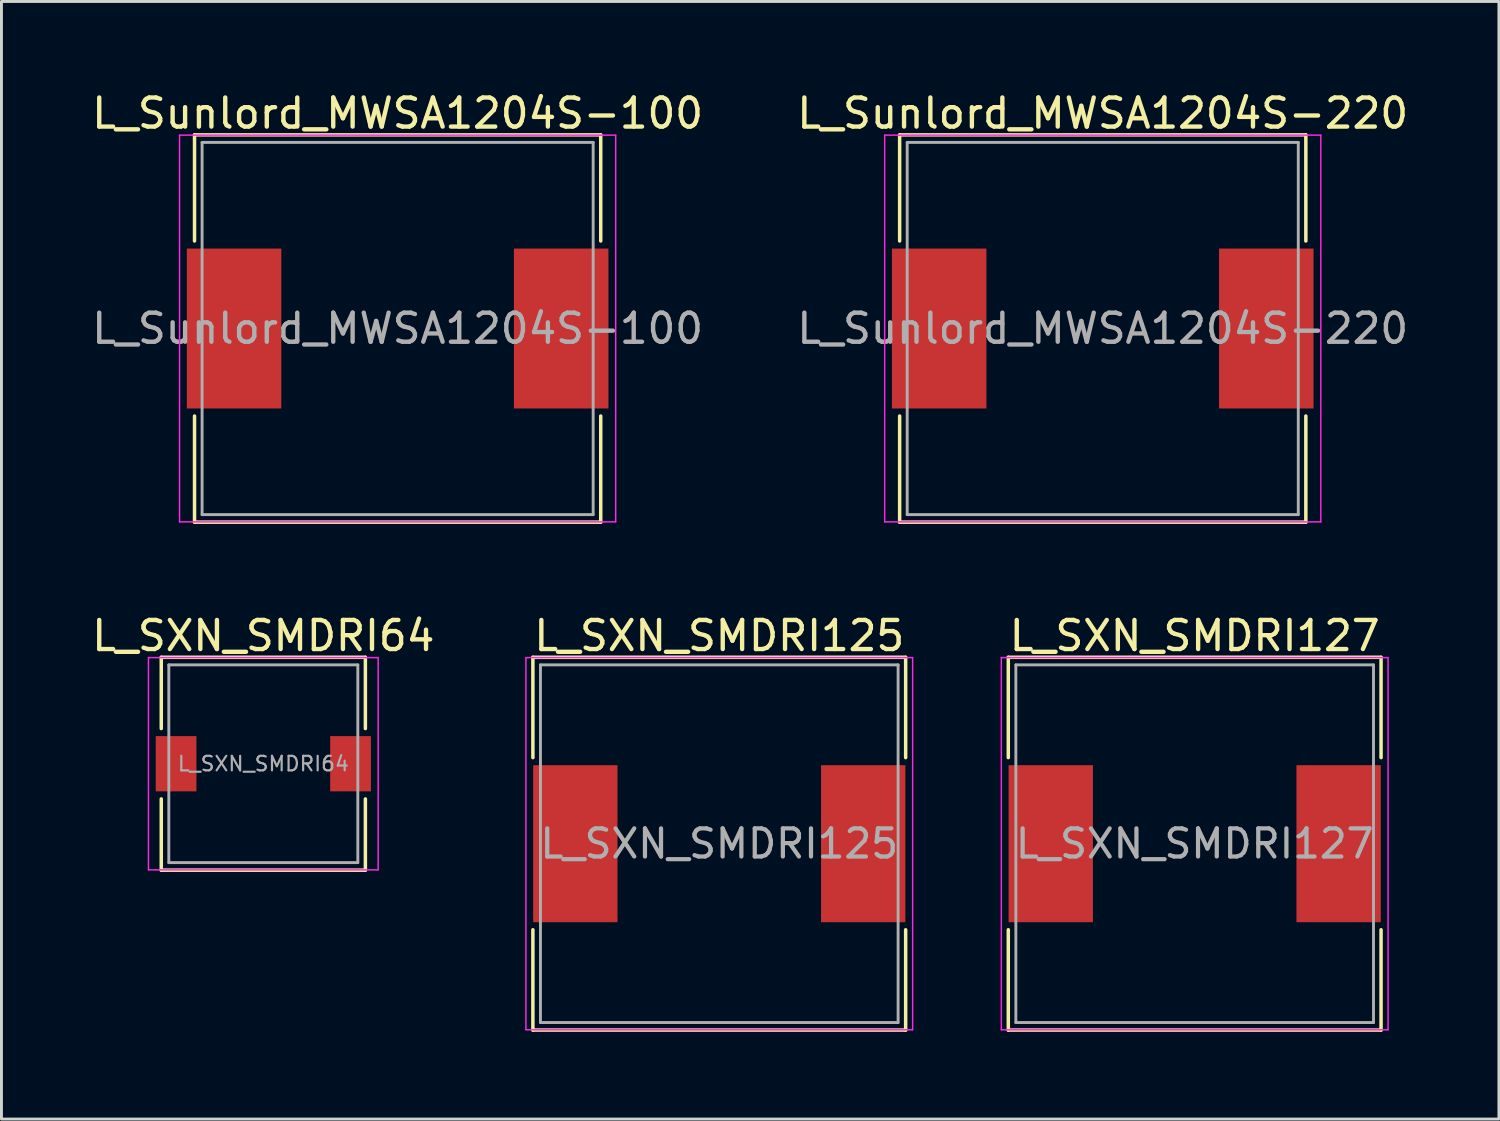
<source format=kicad_pcb>
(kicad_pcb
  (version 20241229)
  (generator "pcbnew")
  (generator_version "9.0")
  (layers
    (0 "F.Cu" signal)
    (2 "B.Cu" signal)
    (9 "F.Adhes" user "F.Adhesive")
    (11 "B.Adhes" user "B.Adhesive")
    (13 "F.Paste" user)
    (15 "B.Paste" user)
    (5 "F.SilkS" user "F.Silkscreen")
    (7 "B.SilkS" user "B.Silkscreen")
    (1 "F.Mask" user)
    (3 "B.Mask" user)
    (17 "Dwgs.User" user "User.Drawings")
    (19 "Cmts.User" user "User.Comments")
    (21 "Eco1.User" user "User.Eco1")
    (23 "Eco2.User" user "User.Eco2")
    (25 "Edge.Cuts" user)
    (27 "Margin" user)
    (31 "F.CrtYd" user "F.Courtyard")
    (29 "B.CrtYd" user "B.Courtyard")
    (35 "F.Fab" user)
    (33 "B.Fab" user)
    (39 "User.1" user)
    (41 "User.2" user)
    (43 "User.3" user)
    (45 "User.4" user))
  (footprint "L_SXN_SMDRI127"
    (layer "F.Cu")
    (at 38.037 25.966)
    (property "Reference" "L_SXN_SMDRI127" (at 0 -7.15 0) (layer "F.SilkS") (effects (font (size 1 1) (thickness 0.15))))
    (attr smd)
    (fp_line (start -6.41 -6.41) (end -6.41 -2.96) (stroke (width 0.12) (type solid)) (layer "F.SilkS"))
    (fp_line (start -6.41 -6.41) (end 6.41 -6.41) (stroke (width 0.12) (type solid)) (layer "F.SilkS"))
    (fp_line (start -6.41 6.41) (end -6.41 2.96) (stroke (width 0.12) (type solid)) (layer "F.SilkS"))
    (fp_line (start -6.41 6.41) (end 6.41 6.41) (stroke (width 0.12) (type solid)) (layer "F.SilkS"))
    (fp_line (start 6.41 -6.41) (end 6.41 -2.96) (stroke (width 0.12) (type solid)) (layer "F.SilkS"))
    (fp_line (start 6.41 6.41) (end 6.41 2.96) (stroke (width 0.12) (type solid)) (layer "F.SilkS"))
    (fp_line (start -6.65 -6.4) (end -6.65 6.4) (stroke (width 0.05) (type solid)) (layer "F.CrtYd"))
    (fp_line (start -6.65 6.4) (end 6.65 6.4) (stroke (width 0.05) (type solid)) (layer "F.CrtYd"))
    (fp_line (start 6.65 -6.4) (end -6.65 -6.4) (stroke (width 0.05) (type solid)) (layer "F.CrtYd"))
    (fp_line (start 6.65 6.4) (end 6.65 -6.4) (stroke (width 0.05) (type solid)) (layer "F.CrtYd"))
    (fp_line (start -6.15 -6.15) (end -6.15 6.15) (stroke (width 0.1) (type solid)) (layer "F.Fab"))
    (fp_line (start -6.15 6.15) (end 6.15 6.15) (stroke (width 0.1) (type solid)) (layer "F.Fab"))
    (fp_line (start 6.15 -6.15) (end -6.15 -6.15) (stroke (width 0.1) (type solid)) (layer "F.Fab"))
    (fp_line (start 6.15 6.15) (end 6.15 -6.15) (stroke (width 0.1) (type solid)) (layer "F.Fab"))
    (fp_text user "${REFERENCE}" (at 0 0 0) (layer "F.Fab") (effects (font (size 0.967 0.967) (thickness 0.145))))
    (pad "1" smd rect (at -4.95 0) (size 2.9 5.4) (layers "F.Cu" "F.Mask" "F.Paste"))
    (pad "2" smd rect (at 4.95 0) (size 2.9 5.4) (layers "F.Cu" "F.Mask" "F.Paste")))
  (footprint "L_Sunlord_MWSA1204S-220"
    (layer "F.Cu")
    (at 34.875 8.248)
    (property "Reference" "L_Sunlord_MWSA1204S-220" (at 0 -7.4 0) (layer "F.SilkS") (effects (font (size 1 1) (thickness 0.15))))
    (attr smd)
    (fp_line (start -6.985 -6.66) (end -6.985 -3.01) (stroke (width 0.12) (type solid)) (layer "F.SilkS"))
    (fp_line (start -6.985 -6.66) (end 6.985 -6.66) (stroke (width 0.12) (type solid)) (layer "F.SilkS"))
    (fp_line (start -6.985 6.66) (end -6.985 3.01) (stroke (width 0.12) (type solid)) (layer "F.SilkS"))
    (fp_line (start -6.985 6.66) (end 6.985 6.66) (stroke (width 0.12) (type solid)) (layer "F.SilkS"))
    (fp_line (start 6.985 -6.66) (end 6.985 -3.01) (stroke (width 0.12) (type solid)) (layer "F.SilkS"))
    (fp_line (start 6.985 6.66) (end 6.985 3.01) (stroke (width 0.12) (type solid)) (layer "F.SilkS"))
    (fp_line (start -7.5 -6.65) (end -7.5 6.65) (stroke (width 0.05) (type solid)) (layer "F.CrtYd"))
    (fp_line (start -7.5 6.65) (end 7.5 6.65) (stroke (width 0.05) (type solid)) (layer "F.CrtYd"))
    (fp_line (start 7.5 -6.65) (end -7.5 -6.65) (stroke (width 0.05) (type solid)) (layer "F.CrtYd"))
    (fp_line (start 7.5 6.65) (end 7.5 -6.65) (stroke (width 0.05) (type solid)) (layer "F.CrtYd"))
    (fp_line (start -6.725 -6.4) (end -6.725 6.4) (stroke (width 0.1) (type solid)) (layer "F.Fab"))
    (fp_line (start -6.725 6.4) (end 6.725 6.4) (stroke (width 0.1) (type solid)) (layer "F.Fab"))
    (fp_line (start 6.725 -6.4) (end -6.725 -6.4) (stroke (width 0.1) (type solid)) (layer "F.Fab"))
    (fp_line (start 6.725 6.4) (end 6.725 -6.4) (stroke (width 0.1) (type solid)) (layer "F.Fab"))
    (fp_text user "${REFERENCE}" (at 0 0 0) (layer "F.Fab") (effects (font (size 1 1) (thickness 0.15))))
    (pad "1" smd rect (at -5.625 0) (size 3.25 5.5) (layers "F.Cu" "F.Mask" "F.Paste"))
    (pad "2" smd rect (at 5.625 0) (size 3.25 5.5) (layers "F.Cu" "F.Mask" "F.Paste")))
  (footprint "L_SXN_SMDRI64"
    (layer "F.Cu")
    (at 6.006 23.216)
    (property "Reference" "L_SXN_SMDRI64" (at 0 -4.4 0) (layer "F.SilkS") (effects (font (size 1 1) (thickness 0.15))))
    (attr smd)
    (fp_line (start -3.51 -3.66) (end -3.51 -1.21) (stroke (width 0.12) (type solid)) (layer "F.SilkS"))
    (fp_line (start -3.51 -3.66) (end 3.51 -3.66) (stroke (width 0.12) (type solid)) (layer "F.SilkS"))
    (fp_line (start -3.51 3.66) (end -3.51 1.21) (stroke (width 0.12) (type solid)) (layer "F.SilkS"))
    (fp_line (start -3.51 3.66) (end 3.51 3.66) (stroke (width 0.12) (type solid)) (layer "F.SilkS"))
    (fp_line (start 3.51 -3.66) (end 3.51 -1.21) (stroke (width 0.12) (type solid)) (layer "F.SilkS"))
    (fp_line (start 3.51 3.66) (end 3.51 1.21) (stroke (width 0.12) (type solid)) (layer "F.SilkS"))
    (fp_line (start -3.95 -3.65) (end -3.95 3.65) (stroke (width 0.05) (type solid)) (layer "F.CrtYd"))
    (fp_line (start -3.95 3.65) (end 3.95 3.65) (stroke (width 0.05) (type solid)) (layer "F.CrtYd"))
    (fp_line (start 3.95 -3.65) (end -3.95 -3.65) (stroke (width 0.05) (type solid)) (layer "F.CrtYd"))
    (fp_line (start 3.95 3.65) (end 3.95 -3.65) (stroke (width 0.05) (type solid)) (layer "F.CrtYd"))
    (fp_line (start -3.25 -3.4) (end -3.25 3.4) (stroke (width 0.1) (type solid)) (layer "F.Fab"))
    (fp_line (start -3.25 3.4) (end 3.25 3.4) (stroke (width 0.1) (type solid)) (layer "F.Fab"))
    (fp_line (start 3.25 -3.4) (end -3.25 -3.4) (stroke (width 0.1) (type solid)) (layer "F.Fab"))
    (fp_line (start 3.25 3.4) (end 3.25 -3.4) (stroke (width 0.1) (type solid)) (layer "F.Fab"))
    (fp_text user "${REFERENCE}" (at 0 0 0) (layer "F.Fab") (effects (font (size 0.5 0.5) (thickness 0.075))))
    (pad "1" smd rect (at -3 0) (size 1.4 1.9) (layers "F.Cu" "F.Mask" "F.Paste"))
    (pad "2" smd rect (at 3 0) (size 1.4 1.9) (layers "F.Cu" "F.Mask" "F.Paste")))
  (footprint "L_Sunlord_MWSA1204S-100"
    (layer "F.Cu")
    (at 10.625 8.248)
    (property "Reference" "L_Sunlord_MWSA1204S-100" (at 0 -7.4 0) (layer "F.SilkS") (effects (font (size 1 1) (thickness 0.15))))
    (attr smd)
    (fp_line (start -6.985 -6.66) (end -6.985 -3.01) (stroke (width 0.12) (type solid)) (layer "F.SilkS"))
    (fp_line (start -6.985 -6.66) (end 6.985 -6.66) (stroke (width 0.12) (type solid)) (layer "F.SilkS"))
    (fp_line (start -6.985 6.66) (end -6.985 3.01) (stroke (width 0.12) (type solid)) (layer "F.SilkS"))
    (fp_line (start -6.985 6.66) (end 6.985 6.66) (stroke (width 0.12) (type solid)) (layer "F.SilkS"))
    (fp_line (start 6.985 -6.66) (end 6.985 -3.01) (stroke (width 0.12) (type solid)) (layer "F.SilkS"))
    (fp_line (start 6.985 6.66) (end 6.985 3.01) (stroke (width 0.12) (type solid)) (layer "F.SilkS"))
    (fp_line (start -7.5 -6.65) (end -7.5 6.65) (stroke (width 0.05) (type solid)) (layer "F.CrtYd"))
    (fp_line (start -7.5 6.65) (end 7.5 6.65) (stroke (width 0.05) (type solid)) (layer "F.CrtYd"))
    (fp_line (start 7.5 -6.65) (end -7.5 -6.65) (stroke (width 0.05) (type solid)) (layer "F.CrtYd"))
    (fp_line (start 7.5 6.65) (end 7.5 -6.65) (stroke (width 0.05) (type solid)) (layer "F.CrtYd"))
    (fp_line (start -6.725 -6.4) (end -6.725 6.4) (stroke (width 0.1) (type solid)) (layer "F.Fab"))
    (fp_line (start -6.725 6.4) (end 6.725 6.4) (stroke (width 0.1) (type solid)) (layer "F.Fab"))
    (fp_line (start 6.725 -6.4) (end -6.725 -6.4) (stroke (width 0.1) (type solid)) (layer "F.Fab"))
    (fp_line (start 6.725 6.4) (end 6.725 -6.4) (stroke (width 0.1) (type solid)) (layer "F.Fab"))
    (fp_text user "${REFERENCE}" (at 0 0 0) (layer "F.Fab") (effects (font (size 1 1) (thickness 0.15))))
    (pad "1" smd rect (at -5.625 0) (size 3.25 5.5) (layers "F.Cu" "F.Mask" "F.Paste"))
    (pad "2" smd rect (at 5.625 0) (size 3.25 5.5) (layers "F.Cu" "F.Mask" "F.Paste")))
  (footprint "L_SXN_SMDRI125"
    (layer "F.Cu")
    (at 21.687 25.966)
    (property "Reference" "L_SXN_SMDRI125" (at 0 -7.15 0) (layer "F.SilkS") (effects (font (size 1 1) (thickness 0.15))))
    (attr smd)
    (fp_line (start -6.41 -6.41) (end -6.41 -2.96) (stroke (width 0.12) (type solid)) (layer "F.SilkS"))
    (fp_line (start -6.41 -6.41) (end 6.41 -6.41) (stroke (width 0.12) (type solid)) (layer "F.SilkS"))
    (fp_line (start -6.41 6.41) (end -6.41 2.96) (stroke (width 0.12) (type solid)) (layer "F.SilkS"))
    (fp_line (start -6.41 6.41) (end 6.41 6.41) (stroke (width 0.12) (type solid)) (layer "F.SilkS"))
    (fp_line (start 6.41 -6.41) (end 6.41 -2.96) (stroke (width 0.12) (type solid)) (layer "F.SilkS"))
    (fp_line (start 6.41 6.41) (end 6.41 2.96) (stroke (width 0.12) (type solid)) (layer "F.SilkS"))
    (fp_line (start -6.65 -6.4) (end -6.65 6.4) (stroke (width 0.05) (type solid)) (layer "F.CrtYd"))
    (fp_line (start -6.65 6.4) (end 6.65 6.4) (stroke (width 0.05) (type solid)) (layer "F.CrtYd"))
    (fp_line (start 6.65 -6.4) (end -6.65 -6.4) (stroke (width 0.05) (type solid)) (layer "F.CrtYd"))
    (fp_line (start 6.65 6.4) (end 6.65 -6.4) (stroke (width 0.05) (type solid)) (layer "F.CrtYd"))
    (fp_line (start -6.15 -6.15) (end -6.15 6.15) (stroke (width 0.1) (type solid)) (layer "F.Fab"))
    (fp_line (start -6.15 6.15) (end 6.15 6.15) (stroke (width 0.1) (type solid)) (layer "F.Fab"))
    (fp_line (start 6.15 -6.15) (end -6.15 -6.15) (stroke (width 0.1) (type solid)) (layer "F.Fab"))
    (fp_line (start 6.15 6.15) (end 6.15 -6.15) (stroke (width 0.1) (type solid)) (layer "F.Fab"))
    (fp_text user "${REFERENCE}" (at 0 0 0) (layer "F.Fab") (effects (font (size 0.967 0.967) (thickness 0.145))))
    (pad "1" smd rect (at -4.95 0) (size 2.9 5.4) (layers "F.Cu" "F.Mask" "F.Paste"))
    (pad "2" smd rect (at 4.95 0) (size 2.9 5.4) (layers "F.Cu" "F.Mask" "F.Paste")))
  (gr_rect
    (start -3 -3)
    (end 48.5 35.437)
    (stroke (width 0.1) (type default))
    (fill no)
    (layer "Edge.Cuts")))
</source>
